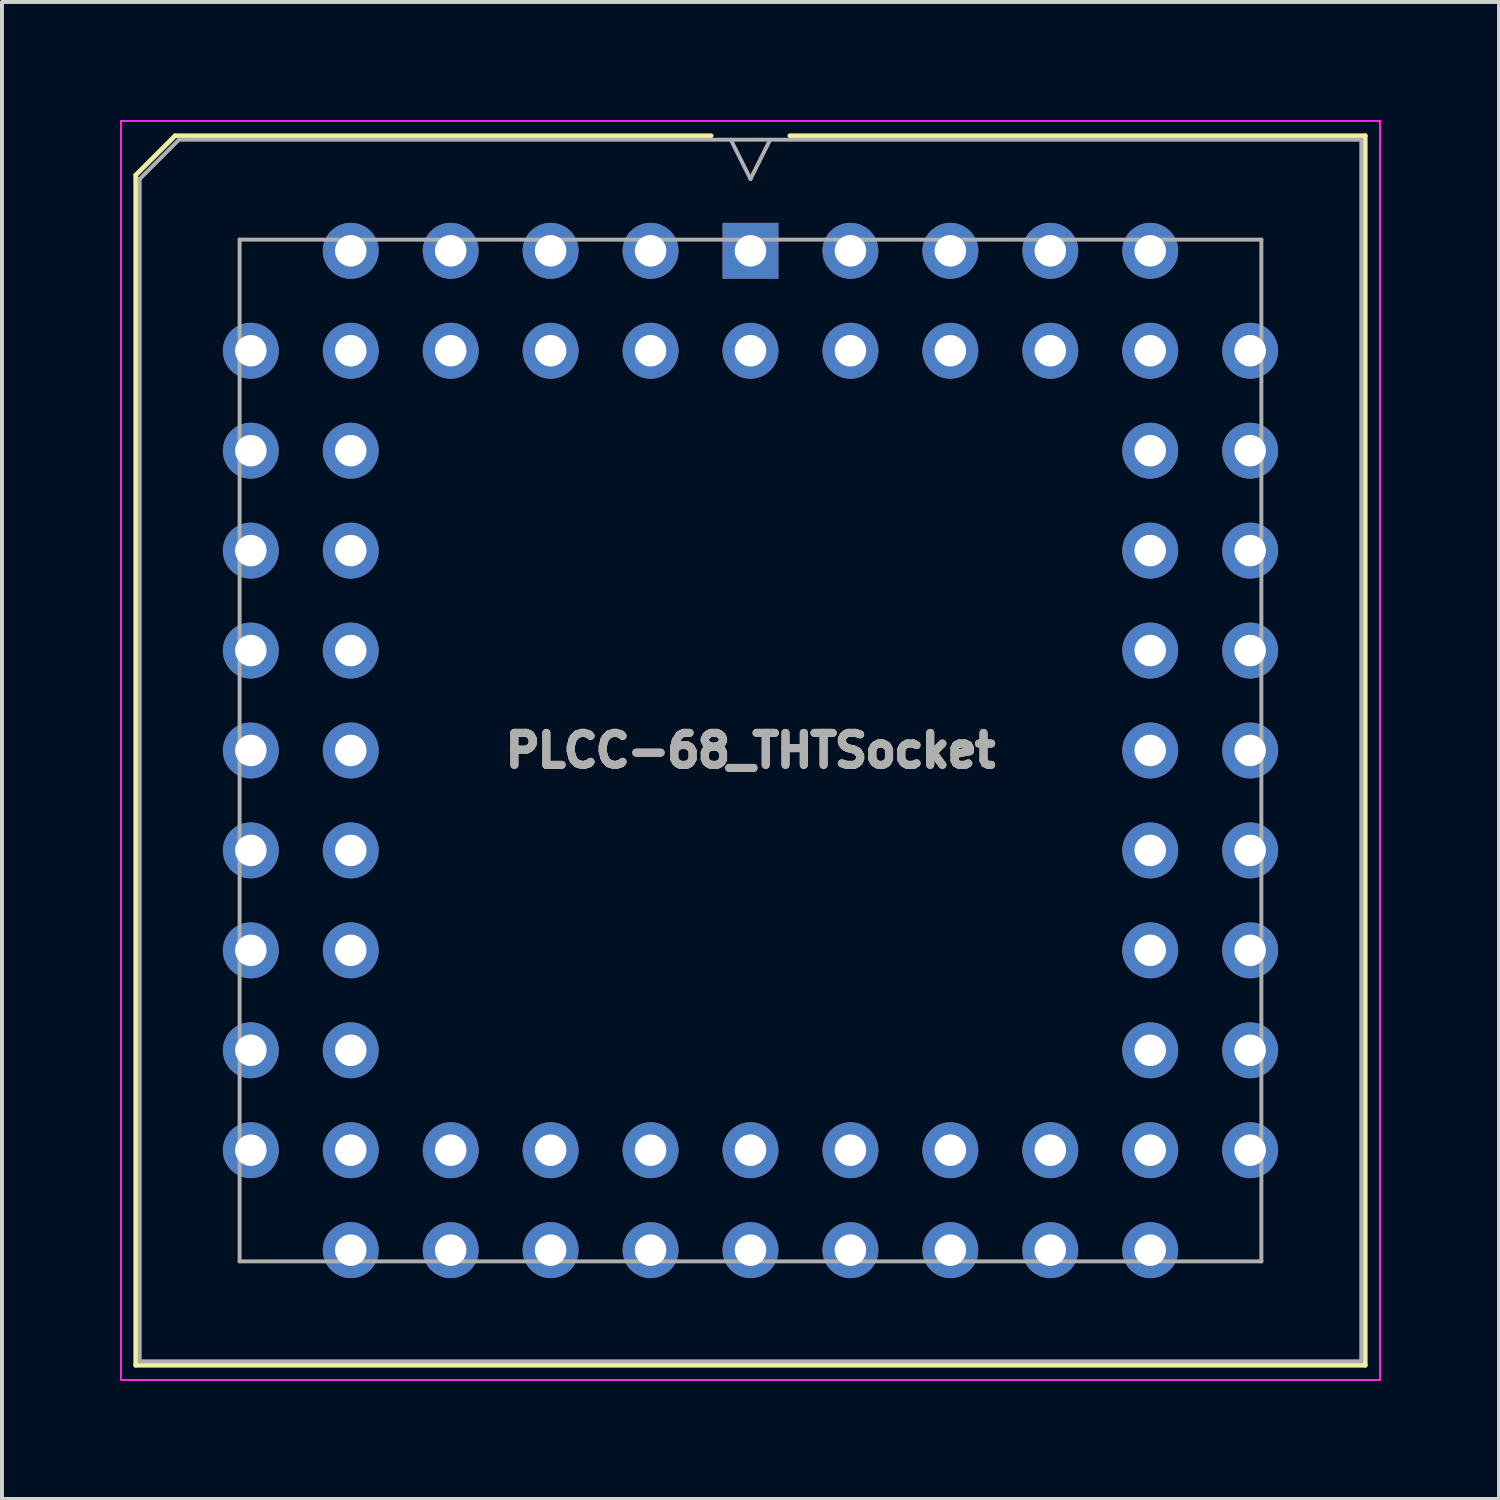
<source format=kicad_pcb>
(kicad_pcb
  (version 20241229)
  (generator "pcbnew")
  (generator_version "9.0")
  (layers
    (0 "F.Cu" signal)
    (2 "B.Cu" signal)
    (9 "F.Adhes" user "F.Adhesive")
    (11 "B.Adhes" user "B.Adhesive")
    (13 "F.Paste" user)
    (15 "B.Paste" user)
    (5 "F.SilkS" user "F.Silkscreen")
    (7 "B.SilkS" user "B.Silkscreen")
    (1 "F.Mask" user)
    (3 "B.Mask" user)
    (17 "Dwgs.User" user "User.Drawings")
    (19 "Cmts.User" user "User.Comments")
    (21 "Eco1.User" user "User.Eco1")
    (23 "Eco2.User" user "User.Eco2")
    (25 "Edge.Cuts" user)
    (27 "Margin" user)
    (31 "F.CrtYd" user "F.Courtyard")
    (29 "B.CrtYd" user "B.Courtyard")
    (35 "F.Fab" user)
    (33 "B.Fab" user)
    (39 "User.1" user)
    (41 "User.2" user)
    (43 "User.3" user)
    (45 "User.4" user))
  (footprint "PLCC-68_THTSocket"
    (layer "F.Cu")
    (at 16.025 16.025)
    (property "Reference" "PLCC-68_THTSocket" (at 0 0 0) (layer "F.Fab") (effects (font (size 0.813 0.813) (thickness 0.203) (bold yes))))
    (attr through_hole)
    (fp_line (start -15.625 -14.625) (end -15.625 15.625) (stroke (width 0.12) (type solid)) (layer "F.SilkS"))
    (fp_line (start -15.625 15.625) (end 15.625 15.625) (stroke (width 0.12) (type solid)) (layer "F.SilkS"))
    (fp_line (start -14.625 -15.625) (end -15.625 -14.625) (stroke (width 0.12) (type solid)) (layer "F.SilkS"))
    (fp_line (start -1 -15.625) (end -14.625 -15.625) (stroke (width 0.12) (type solid)) (layer "F.SilkS"))
    (fp_line (start 15.625 -15.625) (end 1 -15.625) (stroke (width 0.12) (type solid)) (layer "F.SilkS"))
    (fp_line (start 15.625 15.625) (end 15.625 -15.625) (stroke (width 0.12) (type solid)) (layer "F.SilkS"))
    (fp_line (start -16 -16) (end -16 16) (stroke (width 0.05) (type solid)) (layer "F.CrtYd"))
    (fp_line (start -16 16) (end 16 16) (stroke (width 0.05) (type solid)) (layer "F.CrtYd"))
    (fp_line (start 16 -16) (end -16 -16) (stroke (width 0.05) (type solid)) (layer "F.CrtYd"))
    (fp_line (start 16 16) (end 16 -16) (stroke (width 0.05) (type solid)) (layer "F.CrtYd"))
    (fp_line (start -15.525 -14.525) (end -15.525 15.525) (stroke (width 0.1) (type solid)) (layer "F.Fab"))
    (fp_line (start -15.525 15.525) (end 15.525 15.525) (stroke (width 0.1) (type solid)) (layer "F.Fab"))
    (fp_line (start -14.525 -15.525) (end -15.525 -14.525) (stroke (width 0.1) (type solid)) (layer "F.Fab"))
    (fp_line (start -12.985 -12.985) (end -12.985 12.985) (stroke (width 0.1) (type solid)) (layer "F.Fab"))
    (fp_line (start -12.985 12.985) (end 12.985 12.985) (stroke (width 0.1) (type solid)) (layer "F.Fab"))
    (fp_line (start -0.5 -15.525) (end 0 -14.525) (stroke (width 0.1) (type solid)) (layer "F.Fab"))
    (fp_line (start 0 -14.525) (end 0.5 -15.525) (stroke (width 0.1) (type solid)) (layer "F.Fab"))
    (fp_line (start 12.985 -12.985) (end -12.985 -12.985) (stroke (width 0.1) (type solid)) (layer "F.Fab"))
    (fp_line (start 12.985 12.985) (end 12.985 -12.985) (stroke (width 0.1) (type solid)) (layer "F.Fab"))
    (fp_line (start 15.525 -15.525) (end -14.525 -15.525) (stroke (width 0.1) (type solid)) (layer "F.Fab"))
    (fp_line (start 15.525 15.525) (end 15.525 -15.525) (stroke (width 0.1) (type solid)) (layer "F.Fab"))
    (fp_text user "${REFERENCE}" (at 0 0 0) (layer "F.SilkS") (effects (font (size 0.813 0.813) (thickness 0.203) (bold yes))))
    (pad "1" thru_hole rect (at 0 -12.7) (size 1.422 1.422) (drill 0.8) (layers "*.Cu" "*.Mask"))
    (pad "2" thru_hole circle (at 0 -10.16) (size 1.422 1.422) (drill 0.8) (layers "*.Cu" "*.Mask"))
    (pad "3" thru_hole circle (at -2.54 -12.7) (size 1.422 1.422) (drill 0.8) (layers "*.Cu" "*.Mask"))
    (pad "4" thru_hole circle (at -2.54 -10.16) (size 1.422 1.422) (drill 0.8) (layers "*.Cu" "*.Mask"))
    (pad "5" thru_hole circle (at -5.08 -12.7) (size 1.422 1.422) (drill 0.8) (layers "*.Cu" "*.Mask"))
    (pad "6" thru_hole circle (at -5.08 -10.16) (size 1.422 1.422) (drill 0.8) (layers "*.Cu" "*.Mask"))
    (pad "7" thru_hole circle (at -7.62 -12.7) (size 1.422 1.422) (drill 0.8) (layers "*.Cu" "*.Mask"))
    (pad "8" thru_hole circle (at -7.62 -10.16) (size 1.422 1.422) (drill 0.8) (layers "*.Cu" "*.Mask"))
    (pad "9" thru_hole circle (at -10.16 -12.7) (size 1.422 1.422) (drill 0.8) (layers "*.Cu" "*.Mask"))
    (pad "10" thru_hole circle (at -12.7 -10.16) (size 1.422 1.422) (drill 0.8) (layers "*.Cu" "*.Mask"))
    (pad "11" thru_hole circle (at -10.16 -10.16) (size 1.422 1.422) (drill 0.8) (layers "*.Cu" "*.Mask"))
    (pad "12" thru_hole circle (at -12.7 -7.62) (size 1.422 1.422) (drill 0.8) (layers "*.Cu" "*.Mask"))
    (pad "13" thru_hole circle (at -10.16 -7.62) (size 1.422 1.422) (drill 0.8) (layers "*.Cu" "*.Mask"))
    (pad "14" thru_hole circle (at -12.7 -5.08) (size 1.422 1.422) (drill 0.8) (layers "*.Cu" "*.Mask"))
    (pad "15" thru_hole circle (at -10.16 -5.08) (size 1.422 1.422) (drill 0.8) (layers "*.Cu" "*.Mask"))
    (pad "16" thru_hole circle (at -12.7 -2.54) (size 1.422 1.422) (drill 0.8) (layers "*.Cu" "*.Mask"))
    (pad "17" thru_hole circle (at -10.16 -2.54) (size 1.422 1.422) (drill 0.8) (layers "*.Cu" "*.Mask"))
    (pad "18" thru_hole circle (at -12.7 0) (size 1.422 1.422) (drill 0.8) (layers "*.Cu" "*.Mask"))
    (pad "19" thru_hole circle (at -10.16 0) (size 1.422 1.422) (drill 0.8) (layers "*.Cu" "*.Mask"))
    (pad "20" thru_hole circle (at -12.7 2.54) (size 1.422 1.422) (drill 0.8) (layers "*.Cu" "*.Mask"))
    (pad "21" thru_hole circle (at -10.16 2.54) (size 1.422 1.422) (drill 0.8) (layers "*.Cu" "*.Mask"))
    (pad "22" thru_hole circle (at -12.7 5.08) (size 1.422 1.422) (drill 0.8) (layers "*.Cu" "*.Mask"))
    (pad "23" thru_hole circle (at -10.16 5.08) (size 1.422 1.422) (drill 0.8) (layers "*.Cu" "*.Mask"))
    (pad "24" thru_hole circle (at -12.7 7.62) (size 1.422 1.422) (drill 0.8) (layers "*.Cu" "*.Mask"))
    (pad "25" thru_hole circle (at -10.16 7.62) (size 1.422 1.422) (drill 0.8) (layers "*.Cu" "*.Mask"))
    (pad "26" thru_hole circle (at -12.7 10.16) (size 1.422 1.422) (drill 0.8) (layers "*.Cu" "*.Mask"))
    (pad "27" thru_hole circle (at -10.16 12.7) (size 1.422 1.422) (drill 0.8) (layers "*.Cu" "*.Mask"))
    (pad "28" thru_hole circle (at -10.16 10.16) (size 1.422 1.422) (drill 0.8) (layers "*.Cu" "*.Mask"))
    (pad "29" thru_hole circle (at -7.62 12.7) (size 1.422 1.422) (drill 0.8) (layers "*.Cu" "*.Mask"))
    (pad "30" thru_hole circle (at -7.62 10.16) (size 1.422 1.422) (drill 0.8) (layers "*.Cu" "*.Mask"))
    (pad "31" thru_hole circle (at -5.08 12.7) (size 1.422 1.422) (drill 0.8) (layers "*.Cu" "*.Mask"))
    (pad "32" thru_hole circle (at -5.08 10.16) (size 1.422 1.422) (drill 0.8) (layers "*.Cu" "*.Mask"))
    (pad "33" thru_hole circle (at -2.54 12.7) (size 1.422 1.422) (drill 0.8) (layers "*.Cu" "*.Mask"))
    (pad "34" thru_hole circle (at -2.54 10.16) (size 1.422 1.422) (drill 0.8) (layers "*.Cu" "*.Mask"))
    (pad "35" thru_hole circle (at 0 12.7) (size 1.422 1.422) (drill 0.8) (layers "*.Cu" "*.Mask"))
    (pad "36" thru_hole circle (at 0 10.16) (size 1.422 1.422) (drill 0.8) (layers "*.Cu" "*.Mask"))
    (pad "37" thru_hole circle (at 2.54 12.7) (size 1.422 1.422) (drill 0.8) (layers "*.Cu" "*.Mask"))
    (pad "38" thru_hole circle (at 2.54 10.16) (size 1.422 1.422) (drill 0.8) (layers "*.Cu" "*.Mask"))
    (pad "39" thru_hole circle (at 5.08 12.7) (size 1.422 1.422) (drill 0.8) (layers "*.Cu" "*.Mask"))
    (pad "40" thru_hole circle (at 5.08 10.16) (size 1.422 1.422) (drill 0.8) (layers "*.Cu" "*.Mask"))
    (pad "41" thru_hole circle (at 7.62 12.7) (size 1.422 1.422) (drill 0.8) (layers "*.Cu" "*.Mask"))
    (pad "42" thru_hole circle (at 7.62 10.16) (size 1.422 1.422) (drill 0.8) (layers "*.Cu" "*.Mask"))
    (pad "43" thru_hole circle (at 10.16 12.7) (size 1.422 1.422) (drill 0.8) (layers "*.Cu" "*.Mask"))
    (pad "44" thru_hole circle (at 12.7 10.16) (size 1.422 1.422) (drill 0.8) (layers "*.Cu" "*.Mask"))
    (pad "45" thru_hole circle (at 10.16 10.16) (size 1.422 1.422) (drill 0.8) (layers "*.Cu" "*.Mask"))
    (pad "46" thru_hole circle (at 12.7 7.62) (size 1.422 1.422) (drill 0.8) (layers "*.Cu" "*.Mask"))
    (pad "47" thru_hole circle (at 10.16 7.62) (size 1.422 1.422) (drill 0.8) (layers "*.Cu" "*.Mask"))
    (pad "48" thru_hole circle (at 12.7 5.08) (size 1.422 1.422) (drill 0.8) (layers "*.Cu" "*.Mask"))
    (pad "49" thru_hole circle (at 10.16 5.08) (size 1.422 1.422) (drill 0.8) (layers "*.Cu" "*.Mask"))
    (pad "50" thru_hole circle (at 12.7 2.54) (size 1.422 1.422) (drill 0.8) (layers "*.Cu" "*.Mask"))
    (pad "51" thru_hole circle (at 10.16 2.54) (size 1.422 1.422) (drill 0.8) (layers "*.Cu" "*.Mask"))
    (pad "52" thru_hole circle (at 12.7 0) (size 1.422 1.422) (drill 0.8) (layers "*.Cu" "*.Mask"))
    (pad "53" thru_hole circle (at 10.16 0) (size 1.422 1.422) (drill 0.8) (layers "*.Cu" "*.Mask"))
    (pad "54" thru_hole circle (at 12.7 -2.54) (size 1.422 1.422) (drill 0.8) (layers "*.Cu" "*.Mask"))
    (pad "55" thru_hole circle (at 10.16 -2.54) (size 1.422 1.422) (drill 0.8) (layers "*.Cu" "*.Mask"))
    (pad "56" thru_hole circle (at 12.7 -5.08) (size 1.422 1.422) (drill 0.8) (layers "*.Cu" "*.Mask"))
    (pad "57" thru_hole circle (at 10.16 -5.08) (size 1.422 1.422) (drill 0.8) (layers "*.Cu" "*.Mask"))
    (pad "58" thru_hole circle (at 12.7 -7.62) (size 1.422 1.422) (drill 0.8) (layers "*.Cu" "*.Mask"))
    (pad "59" thru_hole circle (at 10.16 -7.62) (size 1.422 1.422) (drill 0.8) (layers "*.Cu" "*.Mask"))
    (pad "60" thru_hole circle (at 12.7 -10.16) (size 1.422 1.422) (drill 0.8) (layers "*.Cu" "*.Mask"))
    (pad "61" thru_hole circle (at 10.16 -12.7) (size 1.422 1.422) (drill 0.8) (layers "*.Cu" "*.Mask"))
    (pad "62" thru_hole circle (at 10.16 -10.16) (size 1.422 1.422) (drill 0.8) (layers "*.Cu" "*.Mask"))
    (pad "63" thru_hole circle (at 7.62 -12.7) (size 1.422 1.422) (drill 0.8) (layers "*.Cu" "*.Mask"))
    (pad "64" thru_hole circle (at 7.62 -10.16) (size 1.422 1.422) (drill 0.8) (layers "*.Cu" "*.Mask"))
    (pad "65" thru_hole circle (at 5.08 -12.7) (size 1.422 1.422) (drill 0.8) (layers "*.Cu" "*.Mask"))
    (pad "66" thru_hole circle (at 5.08 -10.16) (size 1.422 1.422) (drill 0.8) (layers "*.Cu" "*.Mask"))
    (pad "67" thru_hole circle (at 2.54 -12.7) (size 1.422 1.422) (drill 0.8) (layers "*.Cu" "*.Mask"))
    (pad "68" thru_hole circle (at 2.54 -10.16) (size 1.422 1.422) (drill 0.8) (layers "*.Cu" "*.Mask")))
  (gr_rect
    (start -3 -3)
    (end 35.05 35.05)
    (stroke (width 0.1) (type default))
    (fill no)
    (layer "Edge.Cuts")))
</source>
